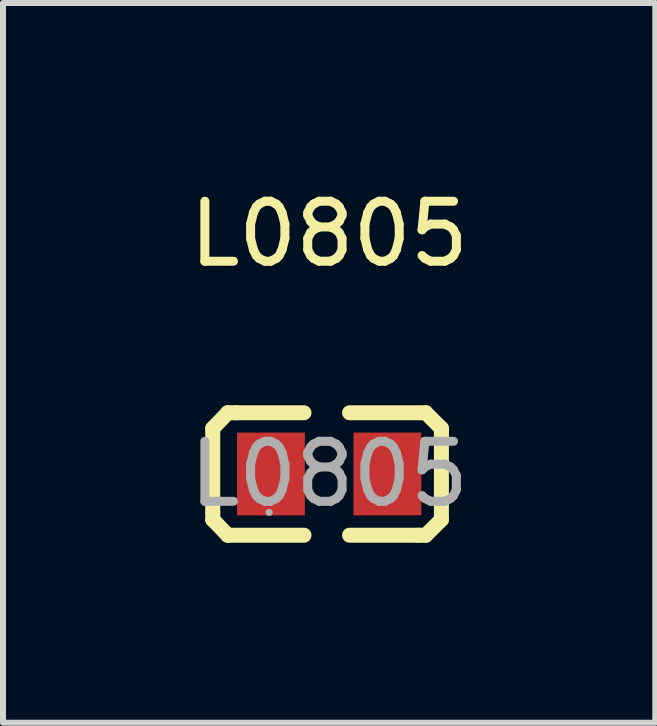
<source format=kicad_pcb>
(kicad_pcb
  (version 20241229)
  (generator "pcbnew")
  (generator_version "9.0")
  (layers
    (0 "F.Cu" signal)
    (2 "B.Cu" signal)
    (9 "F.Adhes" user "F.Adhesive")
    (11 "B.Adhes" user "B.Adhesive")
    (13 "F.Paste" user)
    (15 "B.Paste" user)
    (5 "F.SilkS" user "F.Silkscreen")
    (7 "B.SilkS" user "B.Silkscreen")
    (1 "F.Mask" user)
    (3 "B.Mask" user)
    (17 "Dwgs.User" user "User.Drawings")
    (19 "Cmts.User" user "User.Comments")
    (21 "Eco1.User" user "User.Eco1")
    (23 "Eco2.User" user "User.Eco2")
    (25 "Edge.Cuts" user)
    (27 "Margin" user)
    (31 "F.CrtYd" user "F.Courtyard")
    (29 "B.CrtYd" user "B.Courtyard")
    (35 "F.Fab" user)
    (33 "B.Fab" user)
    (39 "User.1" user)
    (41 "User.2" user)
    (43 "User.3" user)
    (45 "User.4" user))
  (footprint "L0805"
    (layer "F.Cu")
    (at 2.435 4.848)
    (property "Reference" "L0805" (at 0 -4 0) (layer "F.SilkS") (effects (font (size 1 1) (thickness 0.15))))
    (attr smd)
    (fp_line (start -1.94 -0.76) (end -1.94 0.64) (stroke (width 0.25) (type solid)) (layer "F.SilkS"))
    (fp_line (start -1.94 0.64) (end -1.94 0.76) (stroke (width 0.25) (type solid)) (layer "F.SilkS"))
    (fp_line (start -1.94 0.76) (end -1.69 1.02) (stroke (width 0.25) (type solid)) (layer "F.SilkS"))
    (fp_line (start -1.69 -1.02) (end -1.94 -0.76) (stroke (width 0.25) (type solid)) (layer "F.SilkS"))
    (fp_line (start -1.69 1.02) (end -0.42 1.02) (stroke (width 0.25) (type solid)) (layer "F.SilkS"))
    (fp_line (start -1.56 -1.02) (end -1.69 -1.02) (stroke (width 0.25) (type solid)) (layer "F.SilkS"))
    (fp_line (start -0.42 -1.02) (end -1.56 -1.02) (stroke (width 0.25) (type solid)) (layer "F.SilkS"))
    (fp_line (start 0.34 1.02) (end 1.48 1.02) (stroke (width 0.25) (type solid)) (layer "F.SilkS"))
    (fp_line (start 1.48 1.02) (end 1.61 1.02) (stroke (width 0.25) (type solid)) (layer "F.SilkS"))
    (fp_line (start 1.61 -1.02) (end 0.34 -1.02) (stroke (width 0.25) (type solid)) (layer "F.SilkS"))
    (fp_line (start 1.61 1.02) (end 1.87 0.76) (stroke (width 0.25) (type solid)) (layer "F.SilkS"))
    (fp_line (start 1.87 -0.76) (end 1.61 -1.02) (stroke (width 0.25) (type solid)) (layer "F.SilkS"))
    (fp_line (start 1.87 -0.63) (end 1.87 -0.76) (stroke (width 0.25) (type solid)) (layer "F.SilkS"))
    (fp_line (start 1.87 0.76) (end 1.87 -0.63) (stroke (width 0.25) (type solid)) (layer "F.SilkS"))
    (fp_circle (center -1 0.64) (end -0.97 0.64) (stroke (width 0.06) (type solid)) (fill no) (layer "F.Fab"))
    (fp_text user "${REFERENCE}" (at 0 0 0) (layer "F.Fab") (effects (font (size 1 1) (thickness 0.15))))
    (pad "1" smd rect (at -0.97 0) (size 1.13 1.38) (layers "F.Cu" "F.Mask" "F.Paste"))
    (pad "2" smd rect (at 0.97 0) (size 1.13 1.38) (layers "F.Cu" "F.Mask" "F.Paste")))
  (gr_rect
    (start -3 -3)
    (end 7.869 8.993)
    (stroke (width 0.1) (type default))
    (fill no)
    (layer "Edge.Cuts")))
</source>
